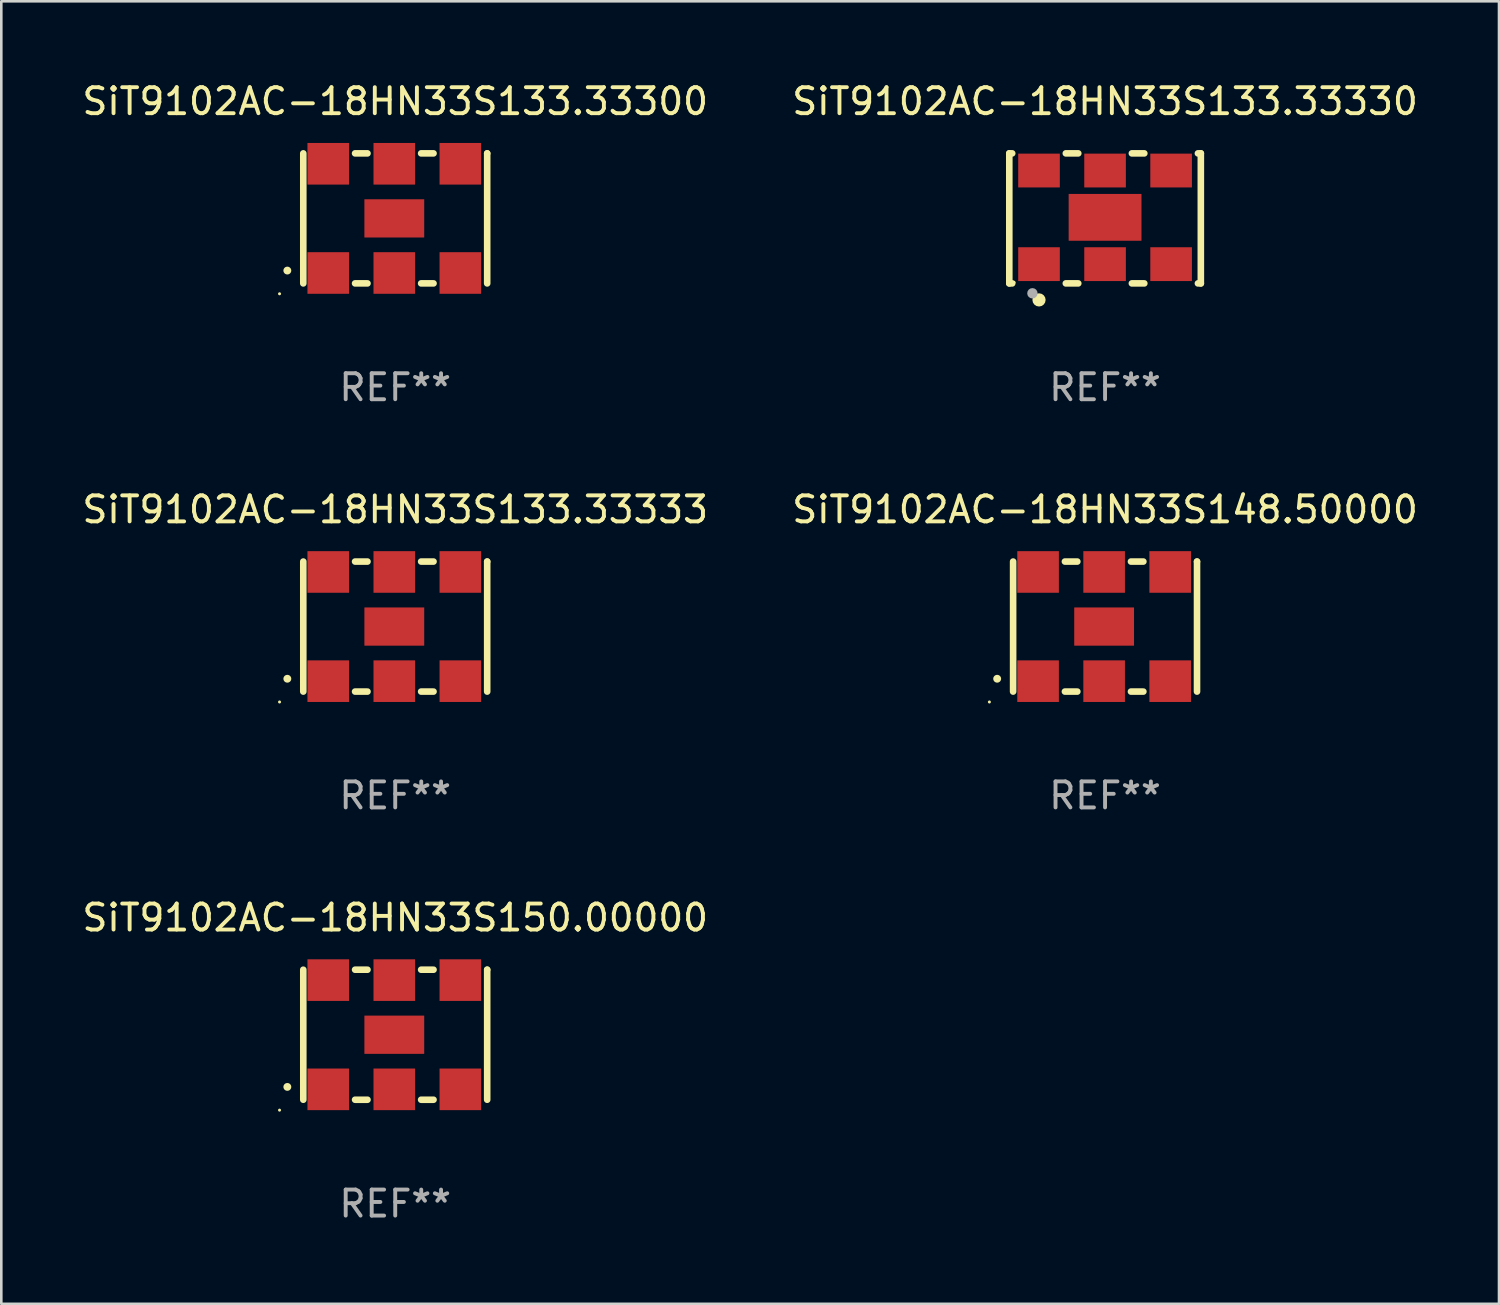
<source format=kicad_pcb>
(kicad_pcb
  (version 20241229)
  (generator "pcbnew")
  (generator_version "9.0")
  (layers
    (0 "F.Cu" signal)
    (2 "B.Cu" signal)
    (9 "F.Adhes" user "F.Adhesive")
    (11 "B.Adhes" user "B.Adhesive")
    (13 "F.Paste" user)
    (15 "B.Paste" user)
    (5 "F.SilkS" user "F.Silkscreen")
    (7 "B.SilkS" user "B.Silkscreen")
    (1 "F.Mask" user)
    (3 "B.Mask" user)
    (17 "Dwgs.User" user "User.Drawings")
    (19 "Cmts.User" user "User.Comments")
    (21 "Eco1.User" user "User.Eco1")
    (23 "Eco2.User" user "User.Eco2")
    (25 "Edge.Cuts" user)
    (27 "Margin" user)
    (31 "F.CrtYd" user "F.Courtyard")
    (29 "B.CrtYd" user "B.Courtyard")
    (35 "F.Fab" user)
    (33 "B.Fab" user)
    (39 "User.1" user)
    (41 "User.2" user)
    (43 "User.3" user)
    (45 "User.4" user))
  (footprint "SiT9102AC-18HN33S150.00000"
    (layer "F.Cu")
    (at 12.149 36.741)
    (property "Reference" "SiT9102AC-18HN33S150.00000" (at 0 -4.5 0) (layer "F.SilkS") (effects (font (size 1 1) (thickness 0.15))))
    (attr through_hole)
    (fp_line (start -3.536 -2.5) (end -3.536 2.5) (stroke (width 0.254) (type solid)) (layer "F.SilkS"))
    (fp_line (start -1.544 2.5) (end -1.067 2.5) (stroke (width 0.254) (type solid)) (layer "F.SilkS"))
    (fp_line (start -1.067 -2.5) (end -1.544 -2.5) (stroke (width 0.254) (type solid)) (layer "F.SilkS"))
    (fp_line (start 0.996 2.5) (end 1.473 2.5) (stroke (width 0.254) (type solid)) (layer "F.SilkS"))
    (fp_line (start 1.473 -2.5) (end 0.996 -2.5) (stroke (width 0.254) (type solid)) (layer "F.SilkS"))
    (fp_line (start 3.536 -2.5) (end 3.536 -2.5) (stroke (width 0.254) (type solid)) (layer "F.SilkS"))
    (fp_line (start 3.536 2.5) (end 3.536 -2.5) (stroke (width 0.254) (type solid)) (layer "F.SilkS"))
    (fp_arc (start -4.150432 2.006604) (mid -4.149162 2.006599) (end -4.147892 2.006604) (stroke (width 0.3) (type solid)) (layer "F.SilkS"))
    (fp_circle (center -4.449 2.9) (end -4.419 2.9) (stroke (width 0.06) (type solid)) (fill no) (layer "F.SilkS"))
    (fp_text user "REF**" (at 0 6.5 0) (layer "F.Fab") (effects (font (size 1 1) (thickness 0.15))))
    (pad "1" smd rect (at -2.576 2.1) (size 1.6 1.6) (layers "F.Cu" "F.Mask" "F.Paste"))
    (pad "2" smd rect (at -0.036 2.1) (size 1.6 1.6) (layers "F.Cu" "F.Mask" "F.Paste"))
    (pad "3" smd rect (at 2.504 2.1) (size 1.6 1.6) (layers "F.Cu" "F.Mask" "F.Paste"))
    (pad "4" smd rect (at 2.504 -2.1) (size 1.6 1.6) (layers "F.Cu" "F.Mask" "F.Paste"))
    (pad "5" smd rect (at -0.036 -2.1) (size 1.6 1.6) (layers "F.Cu" "F.Mask" "F.Paste"))
    (pad "6" smd rect (at -2.576 -2.1) (size 1.6 1.6) (layers "F.Cu" "F.Mask" "F.Paste"))
    (pad "7" smd rect (at -0.036 0) (size 2.3 1.47) (layers "F.Cu" "F.Mask" "F.Paste")))
  (footprint "SiT9102AC-18HN33S133.33330"
    (layer "F.Cu")
    (at 39.446 5.348)
    (property "Reference" "SiT9102AC-18HN33S133.33330" (at 0 -4.5 0) (layer "F.SilkS") (effects (font (size 1 1) (thickness 0.15))))
    (attr through_hole)
    (fp_line (start -3.683 -2.5) (end -3.571 -2.5) (stroke (width 0.254) (type solid)) (layer "F.SilkS"))
    (fp_line (start -3.683 2.5) (end -3.683 -2.5) (stroke (width 0.254) (type solid)) (layer "F.SilkS"))
    (fp_line (start -3.683 2.5) (end -3.571 2.5) (stroke (width 0.254) (type solid)) (layer "F.SilkS"))
    (fp_line (start -1.509 -2.5) (end -1.031 -2.5) (stroke (width 0.254) (type solid)) (layer "F.SilkS"))
    (fp_line (start -1.509 2.5) (end -1.031 2.5) (stroke (width 0.254) (type solid)) (layer "F.SilkS"))
    (fp_line (start 1.031 -2.5) (end 1.509 -2.5) (stroke (width 0.254) (type solid)) (layer "F.SilkS"))
    (fp_line (start 1.031 2.5) (end 1.509 2.5) (stroke (width 0.254) (type solid)) (layer "F.SilkS"))
    (fp_line (start 3.571 -2.5) (end 3.683 -2.5) (stroke (width 0.254) (type solid)) (layer "F.SilkS"))
    (fp_line (start 3.571 2.5) (end 3.683 2.5) (stroke (width 0.254) (type solid)) (layer "F.SilkS"))
    (fp_line (start 3.683 2.5) (end 3.683 -2.5) (stroke (width 0.254) (type solid)) (layer "F.SilkS"))
    (fp_circle (center -3.5 2.46) (end -3.47 2.46) (stroke (width 0.06) (type solid)) (fill no) (layer "F.SilkS"))
    (fp_circle (center -2.54 3.135) (end -2.413 3.135) (stroke (width 0.254) (type solid)) (fill no) (layer "F.SilkS"))
    (fp_circle (center -2.794 2.881) (end -2.694 2.881) (stroke (width 0.2) (type solid)) (fill no) (layer "F.Fab"))
    (fp_text user "REF**" (at 0 6.5 0) (layer "F.Fab") (effects (font (size 1 1) (thickness 0.15))))
    (pad "1" smd rect (at -2.54 1.76) (size 1.6 1.3) (layers "F.Cu" "F.Mask" "F.Paste"))
    (pad "2" smd rect (at 0 1.76) (size 1.6 1.3) (layers "F.Cu" "F.Mask" "F.Paste"))
    (pad "3" smd rect (at 2.54 1.76) (size 1.6 1.3) (layers "F.Cu" "F.Mask" "F.Paste"))
    (pad "4" smd rect (at 2.54 -1.84) (size 1.6 1.3) (layers "F.Cu" "F.Mask" "F.Paste"))
    (pad "5" smd rect (at 0 -1.84) (size 1.6 1.3) (layers "F.Cu" "F.Mask" "F.Paste"))
    (pad "6" smd rect (at -2.54 -1.84) (size 1.6 1.3) (layers "F.Cu" "F.Mask" "F.Paste"))
    (pad "7" smd rect (at 0 -0.04) (size 2.8 1.8) (layers "F.Cu" "F.Mask" "F.Paste")))
  (footprint "SiT9102AC-18HN33S133.33333"
    (layer "F.Cu")
    (at 12.149 21.045)
    (property "Reference" "SiT9102AC-18HN33S133.33333" (at 0 -4.5 0) (layer "F.SilkS") (effects (font (size 1 1) (thickness 0.15))))
    (attr through_hole)
    (fp_line (start -3.536 -2.5) (end -3.536 2.5) (stroke (width 0.254) (type solid)) (layer "F.SilkS"))
    (fp_line (start -1.544 2.5) (end -1.067 2.5) (stroke (width 0.254) (type solid)) (layer "F.SilkS"))
    (fp_line (start -1.067 -2.5) (end -1.544 -2.5) (stroke (width 0.254) (type solid)) (layer "F.SilkS"))
    (fp_line (start 0.996 2.5) (end 1.473 2.5) (stroke (width 0.254) (type solid)) (layer "F.SilkS"))
    (fp_line (start 1.473 -2.5) (end 0.996 -2.5) (stroke (width 0.254) (type solid)) (layer "F.SilkS"))
    (fp_line (start 3.536 -2.5) (end 3.536 -2.5) (stroke (width 0.254) (type solid)) (layer "F.SilkS"))
    (fp_line (start 3.536 2.5) (end 3.536 -2.5) (stroke (width 0.254) (type solid)) (layer "F.SilkS"))
    (fp_arc (start -4.150432 2.006604) (mid -4.149162 2.006599) (end -4.147892 2.006604) (stroke (width 0.3) (type solid)) (layer "F.SilkS"))
    (fp_circle (center -4.449 2.9) (end -4.419 2.9) (stroke (width 0.06) (type solid)) (fill no) (layer "F.SilkS"))
    (fp_text user "REF**" (at 0 6.5 0) (layer "F.Fab") (effects (font (size 1 1) (thickness 0.15))))
    (pad "1" smd rect (at -2.576 2.1) (size 1.6 1.6) (layers "F.Cu" "F.Mask" "F.Paste"))
    (pad "2" smd rect (at -0.036 2.1) (size 1.6 1.6) (layers "F.Cu" "F.Mask" "F.Paste"))
    (pad "3" smd rect (at 2.504 2.1) (size 1.6 1.6) (layers "F.Cu" "F.Mask" "F.Paste"))
    (pad "4" smd rect (at 2.504 -2.1) (size 1.6 1.6) (layers "F.Cu" "F.Mask" "F.Paste"))
    (pad "5" smd rect (at -0.036 -2.1) (size 1.6 1.6) (layers "F.Cu" "F.Mask" "F.Paste"))
    (pad "6" smd rect (at -2.576 -2.1) (size 1.6 1.6) (layers "F.Cu" "F.Mask" "F.Paste"))
    (pad "7" smd rect (at -0.036 0) (size 2.3 1.47) (layers "F.Cu" "F.Mask" "F.Paste")))
  (footprint "SiT9102AC-18HN33S148.50000"
    (layer "F.Cu")
    (at 39.446 21.045)
    (property "Reference" "SiT9102AC-18HN33S148.50000" (at 0 -4.5 0) (layer "F.SilkS") (effects (font (size 1 1) (thickness 0.15))))
    (attr through_hole)
    (fp_line (start -3.536 -2.5) (end -3.536 2.5) (stroke (width 0.254) (type solid)) (layer "F.SilkS"))
    (fp_line (start -1.544 2.5) (end -1.067 2.5) (stroke (width 0.254) (type solid)) (layer "F.SilkS"))
    (fp_line (start -1.067 -2.5) (end -1.544 -2.5) (stroke (width 0.254) (type solid)) (layer "F.SilkS"))
    (fp_line (start 0.996 2.5) (end 1.473 2.5) (stroke (width 0.254) (type solid)) (layer "F.SilkS"))
    (fp_line (start 1.473 -2.5) (end 0.996 -2.5) (stroke (width 0.254) (type solid)) (layer "F.SilkS"))
    (fp_line (start 3.536 -2.5) (end 3.536 -2.5) (stroke (width 0.254) (type solid)) (layer "F.SilkS"))
    (fp_line (start 3.536 2.5) (end 3.536 -2.5) (stroke (width 0.254) (type solid)) (layer "F.SilkS"))
    (fp_arc (start -4.150432 2.006604) (mid -4.149162 2.006599) (end -4.147892 2.006604) (stroke (width 0.3) (type solid)) (layer "F.SilkS"))
    (fp_circle (center -4.449 2.9) (end -4.419 2.9) (stroke (width 0.06) (type solid)) (fill no) (layer "F.SilkS"))
    (fp_text user "REF**" (at 0 6.5 0) (layer "F.Fab") (effects (font (size 1 1) (thickness 0.15))))
    (pad "1" smd rect (at -2.576 2.1) (size 1.6 1.6) (layers "F.Cu" "F.Mask" "F.Paste"))
    (pad "2" smd rect (at -0.036 2.1) (size 1.6 1.6) (layers "F.Cu" "F.Mask" "F.Paste"))
    (pad "3" smd rect (at 2.504 2.1) (size 1.6 1.6) (layers "F.Cu" "F.Mask" "F.Paste"))
    (pad "4" smd rect (at 2.504 -2.1) (size 1.6 1.6) (layers "F.Cu" "F.Mask" "F.Paste"))
    (pad "5" smd rect (at -0.036 -2.1) (size 1.6 1.6) (layers "F.Cu" "F.Mask" "F.Paste"))
    (pad "6" smd rect (at -2.576 -2.1) (size 1.6 1.6) (layers "F.Cu" "F.Mask" "F.Paste"))
    (pad "7" smd rect (at -0.036 0) (size 2.3 1.47) (layers "F.Cu" "F.Mask" "F.Paste")))
  (footprint "SiT9102AC-18HN33S133.33300"
    (layer "F.Cu")
    (at 12.149 5.348)
    (property "Reference" "SiT9102AC-18HN33S133.33300" (at 0 -4.5 0) (layer "F.SilkS") (effects (font (size 1 1) (thickness 0.15))))
    (attr through_hole)
    (fp_line (start -3.536 -2.5) (end -3.536 2.5) (stroke (width 0.254) (type solid)) (layer "F.SilkS"))
    (fp_line (start -1.544 2.5) (end -1.067 2.5) (stroke (width 0.254) (type solid)) (layer "F.SilkS"))
    (fp_line (start -1.067 -2.5) (end -1.544 -2.5) (stroke (width 0.254) (type solid)) (layer "F.SilkS"))
    (fp_line (start 0.996 2.5) (end 1.473 2.5) (stroke (width 0.254) (type solid)) (layer "F.SilkS"))
    (fp_line (start 1.473 -2.5) (end 0.996 -2.5) (stroke (width 0.254) (type solid)) (layer "F.SilkS"))
    (fp_line (start 3.536 -2.5) (end 3.536 -2.5) (stroke (width 0.254) (type solid)) (layer "F.SilkS"))
    (fp_line (start 3.536 2.5) (end 3.536 -2.5) (stroke (width 0.254) (type solid)) (layer "F.SilkS"))
    (fp_arc (start -4.150432 2.006604) (mid -4.149162 2.006599) (end -4.147892 2.006604) (stroke (width 0.3) (type solid)) (layer "F.SilkS"))
    (fp_circle (center -4.449 2.9) (end -4.419 2.9) (stroke (width 0.06) (type solid)) (fill no) (layer "F.SilkS"))
    (fp_text user "REF**" (at 0 6.5 0) (layer "F.Fab") (effects (font (size 1 1) (thickness 0.15))))
    (pad "1" smd rect (at -2.576 2.1) (size 1.6 1.6) (layers "F.Cu" "F.Mask" "F.Paste"))
    (pad "2" smd rect (at -0.036 2.1) (size 1.6 1.6) (layers "F.Cu" "F.Mask" "F.Paste"))
    (pad "3" smd rect (at 2.504 2.1) (size 1.6 1.6) (layers "F.Cu" "F.Mask" "F.Paste"))
    (pad "4" smd rect (at 2.504 -2.1) (size 1.6 1.6) (layers "F.Cu" "F.Mask" "F.Paste"))
    (pad "5" smd rect (at -0.036 -2.1) (size 1.6 1.6) (layers "F.Cu" "F.Mask" "F.Paste"))
    (pad "6" smd rect (at -2.576 -2.1) (size 1.6 1.6) (layers "F.Cu" "F.Mask" "F.Paste"))
    (pad "7" smd rect (at -0.036 0) (size 2.3 1.47) (layers "F.Cu" "F.Mask" "F.Paste")))
  (gr_rect
    (start -3 -3)
    (end 54.595 47.09)
    (stroke (width 0.1) (type default))
    (fill no)
    (layer "Edge.Cuts")))
</source>
